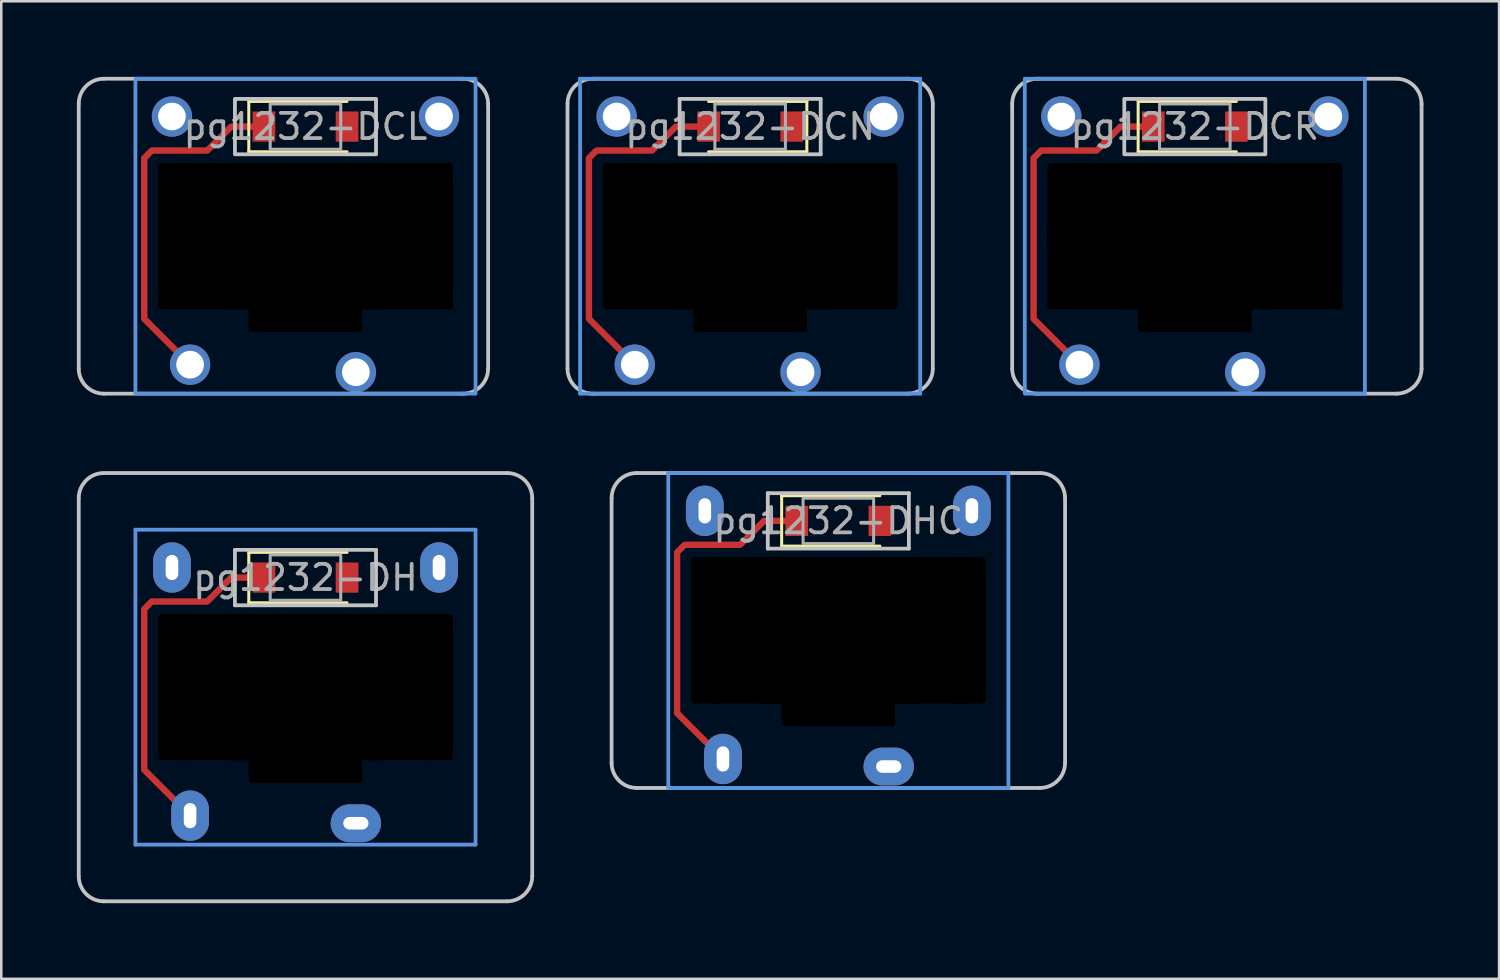
<source format=kicad_pcb>
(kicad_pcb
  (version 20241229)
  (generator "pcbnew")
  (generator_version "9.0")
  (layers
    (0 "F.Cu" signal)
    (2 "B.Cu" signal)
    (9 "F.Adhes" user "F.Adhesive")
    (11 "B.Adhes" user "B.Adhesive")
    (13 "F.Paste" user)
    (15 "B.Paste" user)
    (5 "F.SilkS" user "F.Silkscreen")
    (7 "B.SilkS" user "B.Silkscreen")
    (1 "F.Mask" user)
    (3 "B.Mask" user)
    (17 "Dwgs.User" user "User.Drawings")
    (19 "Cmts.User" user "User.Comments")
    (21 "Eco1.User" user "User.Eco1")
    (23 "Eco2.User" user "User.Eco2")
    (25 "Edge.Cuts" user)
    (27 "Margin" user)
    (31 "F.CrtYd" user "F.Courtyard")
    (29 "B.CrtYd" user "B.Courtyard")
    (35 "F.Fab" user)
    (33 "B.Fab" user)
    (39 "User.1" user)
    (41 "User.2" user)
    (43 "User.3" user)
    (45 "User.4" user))
  (footprint "pg1232-DCL"
    (layer "F.Cu")
    (at 9.075 1.975)
    (property "Reference" "pg1232-DCL" (at 0 0 0) (layer "F.Fab") (effects (font (size 1 1) (thickness 0.15))))
    (attr smd)
    (fp_line (start -2.25 -1) (end -2.25 1) (stroke (width 0.12) (type solid)) (layer "F.SilkS"))
    (fp_line (start -2.25 1) (end 1.65 1) (stroke (width 0.12) (type solid)) (layer "F.SilkS"))
    (fp_line (start 1.65 -1) (end -2.25 -1) (stroke (width 0.12) (type solid)) (layer "F.SilkS"))
    (fp_line (start -9 9.6) (end -9 -0.9) (stroke (width 0.15) (type solid)) (layer "Dwgs.User"))
    (fp_line (start -8 -1.9) (end 6.25 -1.9) (stroke (width 0.15) (type solid)) (layer "Dwgs.User"))
    (fp_line (start 6.25 10.6) (end -8 10.6) (stroke (width 0.15) (type solid)) (layer "Dwgs.User"))
    (fp_line (start 7.25 -0.9) (end 7.25 9.6) (stroke (width 0.15) (type solid)) (layer "Dwgs.User"))
    (fp_rect (start 2.8 1.1) (end -2.8 -1.1) (stroke (width 0.15) (type solid)) (fill no) (layer "Dwgs.User"))
    (fp_arc (start -9 -0.9) (mid -8.707107 -1.607107) (end -8 -1.9) (stroke (width 0.15) (type solid)) (layer "Dwgs.User"))
    (fp_arc (start -8 10.6) (mid -8.707107 10.307107) (end -9 9.6) (stroke (width 0.15) (type solid)) (layer "Dwgs.User"))
    (fp_arc (start 6.25 -1.9) (mid 6.957107 -1.607107) (end 7.25 -0.9) (stroke (width 0.15) (type solid)) (layer "Dwgs.User"))
    (fp_arc (start 7.25 9.6) (mid 6.957107 10.307107) (end 6.25 10.6) (stroke (width 0.15) (type solid)) (layer "Dwgs.User"))
    (fp_rect (start 6.75 10.6) (end -6.75 -1.9) (stroke (width 0.15) (type solid)) (fill no) (layer "Cmts.User"))
    (fp_rect (start 1.4 0.9) (end -1.4 -0.9) (stroke (width 0.12) (type solid)) (fill no) (layer "F.Fab"))
    (pad "" np_thru_hole oval (at -5.7 4.35 90) (size 5.8 0.3) (drill oval 5.8 0.3) (layers "*.Mask"))
    (pad "" np_thru_hole oval (at -4.85 4.35) (size 2 5.8) (drill oval 2 5.8) (layers "*.Mask"))
    (pad "" np_thru_hole oval (at -2.1 7.6 90) (size 1.1 0.3) (drill oval 1.1 0.3) (layers "*.Mask"))
    (pad "" np_thru_hole oval (at 0 1.6) (size 11.7 0.3) (drill oval 11.7 0.3) (layers "*.Mask"))
    (pad "" np_thru_hole oval (at 0 4.35) (size 11.7 5.8) (drill oval 11.7 5.8) (layers "*.Mask"))
    (pad "" np_thru_hole oval (at 0 7.1) (size 11.7 0.3) (drill oval 11.7 0.3) (layers "*.Mask"))
    (pad "" np_thru_hole oval (at 0 7.65) (size 4.5 1) (drill oval 4.5 1) (layers "*.Mask"))
    (pad "" np_thru_hole oval (at 0 8) (size 4.5 0.3) (drill oval 4.5 0.3) (layers "*.Mask"))
    (pad "" np_thru_hole oval (at 2.1 7.6 90) (size 1.1 0.3) (drill oval 1.1 0.3) (layers "*.Mask"))
    (pad "" np_thru_hole oval (at 4.85 4.35) (size 2 5.8) (drill oval 2 5.8) (layers "*.Mask"))
    (pad "" np_thru_hole oval (at 5.7 4.35 90) (size 5.8 0.3) (drill oval 5.8 0.3) (layers "*.Mask"))
    (pad "1" thru_hole circle (at 2 9.75) (size 1.6 1.6) (drill 1.1) (layers "*.Cu" "B.Mask"))
    (pad "2" smd rect (at 1.65 0) (size 0.9 1.2) (layers "F.Cu" "F.Mask" "F.Paste"))
    (pad "3" thru_hole circle (at -4.58 9.45) (size 1.6 1.6) (drill 1.1) (layers "*.Cu" "B.Mask"))
    (pad "3" smd custom (at -1.65 0) (size 0.254 0.254) (layers "F.Cu") (options (anchor circle)) (primitives (gr_line (start 0 0) (end -1.3 0) (width 0.254)) (gr_line (start -1.3 0) (end -2.25 0.95) (width 0.254)) (gr_line (start -2.25 0.95) (end -4.45 0.95) (width 0.254)) (gr_line (start -4.45 0.95) (end -4.75 1.25) (width 0.254)) (gr_line (start -4.75 1.25) (end -4.75 7.63) (width 0.254)) (gr_line (start -4.75 7.63) (end -2.93 9.45) (width 0.254))))
    (pad "3" smd rect (at -1.65 0) (size 0.9 1.2) (layers "F.Cu" "F.Mask" "F.Paste"))
    (pad "4" thru_hole circle (at 5.3 -0.4) (size 1.6 1.6) (drill 1.1) (layers "*.Cu" "B.Mask"))
    (pad "5" thru_hole circle (at -5.3 -0.4) (size 1.6 1.6) (drill 1.1) (layers "*.Cu" "B.Mask")))
  (footprint "pg1232-DH"
    (layer "F.Cu")
    (at 9.075 19.875)
    (property "Reference" "pg1232-DH" (at 0 0 0) (layer "F.Fab") (effects (font (size 1 1) (thickness 0.15))))
    (attr smd)
    (fp_line (start -2.25 -1) (end -2.25 1) (stroke (width 0.12) (type solid)) (layer "F.SilkS"))
    (fp_line (start -2.25 1) (end 1.65 1) (stroke (width 0.12) (type solid)) (layer "F.SilkS"))
    (fp_line (start 1.65 -1) (end -2.25 -1) (stroke (width 0.12) (type solid)) (layer "F.SilkS"))
    (fp_line (start -9 11.85) (end -9 -3.15) (stroke (width 0.15) (type solid)) (layer "Dwgs.User"))
    (fp_line (start -8 -4.15) (end 8 -4.15) (stroke (width 0.15) (type solid)) (layer "Dwgs.User"))
    (fp_line (start -2.8 -1.1) (end -2.8 1.1) (stroke (width 0.15) (type solid)) (layer "Dwgs.User"))
    (fp_line (start -2.8 1.1) (end 2.8 1.1) (stroke (width 0.15) (type solid)) (layer "Dwgs.User"))
    (fp_line (start 2.8 -1.1) (end -2.8 -1.1) (stroke (width 0.15) (type solid)) (layer "Dwgs.User"))
    (fp_line (start 2.8 1.1) (end 2.8 -1.1) (stroke (width 0.15) (type solid)) (layer "Dwgs.User"))
    (fp_line (start 8 12.85) (end -8 12.85) (stroke (width 0.15) (type solid)) (layer "Dwgs.User"))
    (fp_line (start 9 -3.15) (end 9 11.85) (stroke (width 0.15) (type solid)) (layer "Dwgs.User"))
    (fp_arc (start -9 -3.15) (mid -8.707107 -3.857107) (end -8 -4.15) (stroke (width 0.15) (type solid)) (layer "Dwgs.User"))
    (fp_arc (start -8 12.85) (mid -8.707107 12.557107) (end -9 11.85) (stroke (width 0.15) (type solid)) (layer "Dwgs.User"))
    (fp_arc (start 8 -4.15) (mid 8.707107 -3.857107) (end 9 -3.15) (stroke (width 0.15) (type solid)) (layer "Dwgs.User"))
    (fp_arc (start 9 11.85) (mid 8.707107 12.557107) (end 8 12.85) (stroke (width 0.15) (type solid)) (layer "Dwgs.User"))
    (fp_line (start -6.75 -1.9) (end -6.75 10.6) (stroke (width 0.15) (type solid)) (layer "Cmts.User"))
    (fp_line (start -6.75 10.6) (end 6.75 10.6) (stroke (width 0.15) (type solid)) (layer "Cmts.User"))
    (fp_line (start 6.75 -1.9) (end -6.75 -1.9) (stroke (width 0.15) (type solid)) (layer "Cmts.User"))
    (fp_line (start 6.75 10.6) (end 6.75 -1.9) (stroke (width 0.15) (type solid)) (layer "Cmts.User"))
    (fp_rect (start 1.4 0.9) (end -1.4 -0.9) (stroke (width 0.12) (type solid)) (fill no) (layer "F.Fab"))
    (pad "" np_thru_hole oval (at -5.7 4.35 90) (size 5.8 0.3) (drill oval 5.8 0.3) (layers "*.Mask"))
    (pad "" np_thru_hole oval (at -4.85 4.35) (size 2 5.8) (drill oval 2 5.8) (layers "*.Mask"))
    (pad "" np_thru_hole oval (at -2.1 7.6 90) (size 1.1 0.3) (drill oval 1.1 0.3) (layers "*.Mask"))
    (pad "" np_thru_hole oval (at 0 1.6) (size 11.7 0.3) (drill oval 11.7 0.3) (layers "*.Mask"))
    (pad "" np_thru_hole oval (at 0 4.35) (size 11.7 5.8) (drill oval 11.7 5.8) (layers "*.Mask"))
    (pad "" np_thru_hole oval (at 0 7.1) (size 11.7 0.3) (drill oval 11.7 0.3) (layers "*.Mask"))
    (pad "" np_thru_hole oval (at 0 7.65) (size 4.5 1) (drill oval 4.5 1) (layers "*.Mask"))
    (pad "" np_thru_hole oval (at 0 8) (size 4.5 0.3) (drill oval 4.5 0.3) (layers "*.Mask"))
    (pad "" np_thru_hole oval (at 2.1 7.6 90) (size 1.1 0.3) (drill oval 1.1 0.3) (layers "*.Mask"))
    (pad "" np_thru_hole oval (at 4.85 4.35) (size 2 5.8) (drill oval 2 5.8) (layers "*.Mask"))
    (pad "" np_thru_hole oval (at 5.7 4.35 90) (size 5.8 0.3) (drill oval 5.8 0.3) (layers "*.Mask"))
    (pad "1" thru_hole oval (at 2 9.75) (size 2 1.5) (drill oval 1 0.5) (layers "*.Cu" "B.Mask"))
    (pad "2" smd rect (at 1.65 0) (size 0.9 1.2) (layers "F.Cu" "F.Mask" "F.Paste"))
    (pad "3" thru_hole oval (at -4.58 9.45 90) (size 2 1.5) (drill oval 1 0.5) (layers "*.Cu" "B.Mask"))
    (pad "3" smd custom (at -1.65 0) (size 0.254 0.254) (layers "F.Cu") (options (anchor circle)) (primitives (gr_line (start 0 0) (end -1.3 0) (width 0.254)) (gr_line (start -1.3 0) (end -2.25 0.95) (width 0.254)) (gr_line (start -2.25 0.95) (end -4.45 0.95) (width 0.254)) (gr_line (start -4.45 0.95) (end -4.75 1.25) (width 0.254)) (gr_line (start -4.75 1.25) (end -4.75 7.63) (width 0.254)) (gr_line (start -4.75 7.63) (end -2.93 9.45) (width 0.254))))
    (pad "3" smd rect (at -1.65 0) (size 0.9 1.2) (layers "F.Cu" "F.Mask" "F.Paste"))
    (pad "4" thru_hole oval (at 5.3 -0.4 90) (size 2 1.5) (drill oval 1 0.5) (layers "*.Cu" "B.Mask"))
    (pad "5" thru_hole oval (at -5.3 -0.4 90) (size 2 1.5) (drill oval 1 0.5) (layers "*.Cu" "B.Mask")))
  (footprint "pg1232-DHC"
    (layer "F.Cu")
    (at 30.225 17.625)
    (property "Reference" "pg1232-DHC" (at 0 0 0) (layer "F.Fab") (effects (font (size 1 1) (thickness 0.15))))
    (attr smd)
    (fp_line (start -2.25 -1) (end -2.25 1) (stroke (width 0.12) (type solid)) (layer "F.SilkS"))
    (fp_line (start -2.25 1) (end 1.65 1) (stroke (width 0.12) (type solid)) (layer "F.SilkS"))
    (fp_line (start 1.65 -1) (end -2.25 -1) (stroke (width 0.12) (type solid)) (layer "F.SilkS"))
    (fp_line (start -9 9.6) (end -9 -0.9) (stroke (width 0.15) (type solid)) (layer "Dwgs.User"))
    (fp_line (start -8 -1.9) (end 8 -1.9) (stroke (width 0.15) (type solid)) (layer "Dwgs.User"))
    (fp_line (start -2.8 -1.1) (end -2.8 1.1) (stroke (width 0.15) (type solid)) (layer "Dwgs.User"))
    (fp_line (start -2.8 1.1) (end 2.8 1.1) (stroke (width 0.15) (type solid)) (layer "Dwgs.User"))
    (fp_line (start 2.8 -1.1) (end -2.8 -1.1) (stroke (width 0.15) (type solid)) (layer "Dwgs.User"))
    (fp_line (start 2.8 1.1) (end 2.8 -1.1) (stroke (width 0.15) (type solid)) (layer "Dwgs.User"))
    (fp_line (start 8 10.6) (end -8 10.6) (stroke (width 0.15) (type solid)) (layer "Dwgs.User"))
    (fp_line (start 9 -0.9) (end 9 9.6) (stroke (width 0.15) (type solid)) (layer "Dwgs.User"))
    (fp_arc (start -9 -0.9) (mid -8.707107 -1.607107) (end -8 -1.9) (stroke (width 0.15) (type solid)) (layer "Dwgs.User"))
    (fp_arc (start -8 10.6) (mid -8.707107 10.307107) (end -9 9.6) (stroke (width 0.15) (type solid)) (layer "Dwgs.User"))
    (fp_arc (start 8 -1.9) (mid 8.707107 -1.607107) (end 9 -0.9) (stroke (width 0.15) (type solid)) (layer "Dwgs.User"))
    (fp_arc (start 9 9.6) (mid 8.707107 10.307107) (end 8 10.6) (stroke (width 0.15) (type solid)) (layer "Dwgs.User"))
    (fp_line (start -6.75 -1.9) (end -6.75 10.6) (stroke (width 0.15) (type solid)) (layer "Cmts.User"))
    (fp_line (start -6.75 10.6) (end 6.75 10.6) (stroke (width 0.15) (type solid)) (layer "Cmts.User"))
    (fp_line (start 6.75 -1.9) (end -6.75 -1.9) (stroke (width 0.15) (type solid)) (layer "Cmts.User"))
    (fp_line (start 6.75 10.6) (end 6.75 -1.9) (stroke (width 0.15) (type solid)) (layer "Cmts.User"))
    (fp_rect (start 1.4 0.9) (end -1.4 -0.9) (stroke (width 0.12) (type solid)) (fill no) (layer "F.Fab"))
    (pad "" np_thru_hole oval (at -5.7 4.35 90) (size 5.8 0.3) (drill oval 5.8 0.3) (layers "*.Mask"))
    (pad "" np_thru_hole oval (at -4.85 4.35) (size 2 5.8) (drill oval 2 5.8) (layers "*.Mask"))
    (pad "" np_thru_hole oval (at -2.1 7.6 90) (size 1.1 0.3) (drill oval 1.1 0.3) (layers "*.Mask"))
    (pad "" np_thru_hole oval (at 0 1.6) (size 11.7 0.3) (drill oval 11.7 0.3) (layers "*.Mask"))
    (pad "" np_thru_hole oval (at 0 4.35) (size 11.7 5.8) (drill oval 11.7 5.8) (layers "*.Mask"))
    (pad "" np_thru_hole oval (at 0 7.1) (size 11.7 0.3) (drill oval 11.7 0.3) (layers "*.Mask"))
    (pad "" np_thru_hole oval (at 0 7.65) (size 4.5 1) (drill oval 4.5 1) (layers "*.Mask"))
    (pad "" np_thru_hole oval (at 0 8) (size 4.5 0.3) (drill oval 4.5 0.3) (layers "*.Mask"))
    (pad "" np_thru_hole oval (at 2.1 7.6 90) (size 1.1 0.3) (drill oval 1.1 0.3) (layers "*.Mask"))
    (pad "" np_thru_hole oval (at 4.85 4.35) (size 2 5.8) (drill oval 2 5.8) (layers "*.Mask"))
    (pad "" np_thru_hole oval (at 5.7 4.35 90) (size 5.8 0.3) (drill oval 5.8 0.3) (layers "*.Mask"))
    (pad "1" thru_hole oval (at 2 9.75) (size 2 1.5) (drill oval 1 0.5) (layers "*.Cu" "B.Mask"))
    (pad "2" smd rect (at 1.65 0) (size 0.9 1.2) (layers "F.Cu" "F.Mask" "F.Paste"))
    (pad "3" thru_hole oval (at -4.58 9.45 90) (size 2 1.5) (drill oval 1 0.5) (layers "*.Cu" "B.Mask"))
    (pad "3" smd custom (at -1.65 0) (size 0.254 0.254) (layers "F.Cu") (options (anchor circle)) (primitives (gr_line (start 0 0) (end -1.3 0) (width 0.254)) (gr_line (start -1.3 0) (end -2.25 0.95) (width 0.254)) (gr_line (start -2.25 0.95) (end -4.45 0.95) (width 0.254)) (gr_line (start -4.45 0.95) (end -4.75 1.25) (width 0.254)) (gr_line (start -4.75 1.25) (end -4.75 7.63) (width 0.254)) (gr_line (start -4.75 7.63) (end -2.93 9.45) (width 0.254))))
    (pad "3" smd rect (at -1.65 0) (size 0.9 1.2) (layers "F.Cu" "F.Mask" "F.Paste"))
    (pad "4" thru_hole oval (at 5.3 -0.4 90) (size 2 1.5) (drill oval 1 0.5) (layers "*.Cu" "B.Mask"))
    (pad "5" thru_hole oval (at -5.3 -0.4 90) (size 2 1.5) (drill oval 1 0.5) (layers "*.Cu" "B.Mask")))
  (footprint "pg1232-DCR"
    (layer "F.Cu")
    (at 44.375 1.975)
    (property "Reference" "pg1232-DCR" (at 0 0 0) (layer "F.Fab") (effects (font (size 1 1) (thickness 0.15))))
    (attr smd)
    (fp_line (start -2.25 -1) (end -2.25 1) (stroke (width 0.12) (type solid)) (layer "F.SilkS"))
    (fp_line (start -2.25 1) (end 1.65 1) (stroke (width 0.12) (type solid)) (layer "F.SilkS"))
    (fp_line (start 1.65 -1) (end -2.25 -1) (stroke (width 0.12) (type solid)) (layer "F.SilkS"))
    (fp_line (start -7.25 9.6) (end -7.25 -0.9) (stroke (width 0.15) (type solid)) (layer "Dwgs.User"))
    (fp_line (start -6.25 -1.9) (end 8 -1.9) (stroke (width 0.15) (type solid)) (layer "Dwgs.User"))
    (fp_line (start 8 10.6) (end -6.25 10.6) (stroke (width 0.15) (type solid)) (layer "Dwgs.User"))
    (fp_line (start 9 -0.9) (end 9 9.6) (stroke (width 0.15) (type solid)) (layer "Dwgs.User"))
    (fp_rect (start 2.8 1.1) (end -2.8 -1.1) (stroke (width 0.15) (type solid)) (fill no) (layer "Dwgs.User"))
    (fp_arc (start -7.25 -0.9) (mid -6.957107 -1.607107) (end -6.25 -1.9) (stroke (width 0.15) (type solid)) (layer "Dwgs.User"))
    (fp_arc (start -6.25 10.6) (mid -6.957107 10.307107) (end -7.25 9.6) (stroke (width 0.15) (type solid)) (layer "Dwgs.User"))
    (fp_arc (start 8 -1.9) (mid 8.707107 -1.607107) (end 9 -0.9) (stroke (width 0.15) (type solid)) (layer "Dwgs.User"))
    (fp_arc (start 9 9.6) (mid 8.707107 10.307107) (end 8 10.6) (stroke (width 0.15) (type solid)) (layer "Dwgs.User"))
    (fp_rect (start 6.75 10.6) (end -6.75 -1.9) (stroke (width 0.15) (type solid)) (fill no) (layer "Cmts.User"))
    (fp_rect (start 1.4 0.9) (end -1.4 -0.9) (stroke (width 0.12) (type solid)) (fill no) (layer "F.Fab"))
    (pad "" np_thru_hole oval (at -5.7 4.35 90) (size 5.8 0.3) (drill oval 5.8 0.3) (layers "*.Mask"))
    (pad "" np_thru_hole oval (at -4.85 4.35) (size 2 5.8) (drill oval 2 5.8) (layers "*.Mask"))
    (pad "" np_thru_hole oval (at -2.1 7.6 90) (size 1.1 0.3) (drill oval 1.1 0.3) (layers "*.Mask"))
    (pad "" np_thru_hole oval (at 0 1.6) (size 11.7 0.3) (drill oval 11.7 0.3) (layers "*.Mask"))
    (pad "" np_thru_hole oval (at 0 4.35) (size 11.7 5.8) (drill oval 11.7 5.8) (layers "*.Mask"))
    (pad "" np_thru_hole oval (at 0 7.1) (size 11.7 0.3) (drill oval 11.7 0.3) (layers "*.Mask"))
    (pad "" np_thru_hole oval (at 0 7.65) (size 4.5 1) (drill oval 4.5 1) (layers "*.Mask"))
    (pad "" np_thru_hole oval (at 0 8) (size 4.5 0.3) (drill oval 4.5 0.3) (layers "*.Mask"))
    (pad "" np_thru_hole oval (at 2.1 7.6 90) (size 1.1 0.3) (drill oval 1.1 0.3) (layers "*.Mask"))
    (pad "" np_thru_hole oval (at 4.85 4.35) (size 2 5.8) (drill oval 2 5.8) (layers "*.Mask"))
    (pad "" np_thru_hole oval (at 5.7 4.35 90) (size 5.8 0.3) (drill oval 5.8 0.3) (layers "*.Mask"))
    (pad "1" thru_hole circle (at 2 9.75) (size 1.6 1.6) (drill 1.1) (layers "*.Cu" "B.Mask"))
    (pad "2" smd rect (at 1.65 0) (size 0.9 1.2) (layers "F.Cu" "F.Mask" "F.Paste"))
    (pad "3" thru_hole circle (at -4.58 9.45) (size 1.6 1.6) (drill 1.1) (layers "*.Cu" "B.Mask"))
    (pad "3" smd custom (at -1.65 0) (size 0.254 0.254) (layers "F.Cu") (options (anchor circle)) (primitives (gr_line (start 0 0) (end -1.3 0) (width 0.254)) (gr_line (start -1.3 0) (end -2.25 0.95) (width 0.254)) (gr_line (start -2.25 0.95) (end -4.45 0.95) (width 0.254)) (gr_line (start -4.45 0.95) (end -4.75 1.25) (width 0.254)) (gr_line (start -4.75 1.25) (end -4.75 7.63) (width 0.254)) (gr_line (start -4.75 7.63) (end -2.93 9.45) (width 0.254))))
    (pad "3" smd rect (at -1.65 0) (size 0.9 1.2) (layers "F.Cu" "F.Mask" "F.Paste"))
    (pad "4" thru_hole circle (at 5.3 -0.4) (size 1.6 1.6) (drill 1.1) (layers "*.Cu" "B.Mask"))
    (pad "5" thru_hole circle (at -5.3 -0.4) (size 1.6 1.6) (drill 1.1) (layers "*.Cu" "B.Mask")))
  (footprint "pg1232-DCN"
    (layer "F.Cu")
    (at 26.725 1.975)
    (property "Reference" "pg1232-DCN" (at 0 0 0) (layer "F.Fab") (effects (font (size 1 1) (thickness 0.15))))
    (attr smd)
    (fp_line (start 2.25 -1) (end -1.65 -1) (stroke (width 0.12) (type solid)) (layer "F.SilkS"))
    (fp_line (start 2.25 -1) (end 2.25 1) (stroke (width 0.12) (type solid)) (layer "F.SilkS"))
    (fp_line (start 2.25 1) (end -1.65 1) (stroke (width 0.12) (type solid)) (layer "F.SilkS"))
    (fp_line (start -7.25 9.6) (end -7.25 -0.9) (stroke (width 0.15) (type solid)) (layer "Dwgs.User"))
    (fp_line (start -6.25 -1.9) (end 6.25 -1.9) (stroke (width 0.15) (type solid)) (layer "Dwgs.User"))
    (fp_line (start -2.8 -1.1) (end -2.8 1.1) (stroke (width 0.15) (type solid)) (layer "Dwgs.User"))
    (fp_line (start -2.8 1.1) (end 2.8 1.1) (stroke (width 0.15) (type solid)) (layer "Dwgs.User"))
    (fp_line (start 2.8 -1.1) (end -2.8 -1.1) (stroke (width 0.15) (type solid)) (layer "Dwgs.User"))
    (fp_line (start 2.8 1.1) (end 2.8 -1.1) (stroke (width 0.15) (type solid)) (layer "Dwgs.User"))
    (fp_line (start 6.25 10.6) (end -6.25 10.6) (stroke (width 0.15) (type solid)) (layer "Dwgs.User"))
    (fp_line (start 7.25 -0.9) (end 7.25 9.6) (stroke (width 0.15) (type solid)) (layer "Dwgs.User"))
    (fp_arc (start -7.25 -0.9) (mid -6.957107 -1.607107) (end -6.25 -1.9) (stroke (width 0.15) (type solid)) (layer "Dwgs.User"))
    (fp_arc (start -6.25 10.6) (mid -6.957107 10.307107) (end -7.25 9.6) (stroke (width 0.15) (type solid)) (layer "Dwgs.User"))
    (fp_arc (start 6.25 -1.9) (mid 6.957107 -1.607107) (end 7.25 -0.9) (stroke (width 0.15) (type solid)) (layer "Dwgs.User"))
    (fp_arc (start 7.25 9.6) (mid 6.957107 10.307107) (end 6.25 10.6) (stroke (width 0.15) (type solid)) (layer "Dwgs.User"))
    (fp_line (start -6.75 -1.9) (end -6.75 10.6) (stroke (width 0.15) (type solid)) (layer "Cmts.User"))
    (fp_line (start -6.75 10.6) (end 6.75 10.6) (stroke (width 0.15) (type solid)) (layer "Cmts.User"))
    (fp_line (start 6.75 -1.9) (end -6.75 -1.9) (stroke (width 0.15) (type solid)) (layer "Cmts.User"))
    (fp_line (start 6.75 10.6) (end 6.75 -1.9) (stroke (width 0.15) (type solid)) (layer "Cmts.User"))
    (fp_line (start -1.4 -0.9) (end -1.4 0.9) (stroke (width 0.12) (type solid)) (layer "F.Fab"))
    (fp_line (start -1.4 0.9) (end 1.4 0.9) (stroke (width 0.12) (type solid)) (layer "F.Fab"))
    (fp_line (start 1.4 -0.9) (end -1.4 -0.9) (stroke (width 0.12) (type solid)) (layer "F.Fab"))
    (fp_line (start 1.4 0.9) (end 1.4 -0.9) (stroke (width 0.12) (type solid)) (layer "F.Fab"))
    (pad "" np_thru_hole oval (at -5.7 4.35 90) (size 5.8 0.3) (drill oval 5.8 0.3) (layers "*.Mask"))
    (pad "" np_thru_hole oval (at -4.85 4.35) (size 2 5.8) (drill oval 2 5.8) (layers "*.Mask"))
    (pad "" np_thru_hole oval (at -2.1 7.6 90) (size 1.1 0.3) (drill oval 1.1 0.3) (layers "*.Mask"))
    (pad "" np_thru_hole oval (at 0 1.6) (size 11.7 0.3) (drill oval 11.7 0.3) (layers "*.Mask"))
    (pad "" np_thru_hole oval (at 0 4.35) (size 11.7 5.8) (drill oval 11.7 5.8) (layers "*.Mask"))
    (pad "" np_thru_hole oval (at 0 7.1) (size 11.7 0.3) (drill oval 11.7 0.3) (layers "*.Mask"))
    (pad "" np_thru_hole oval (at 0 7.65) (size 4.5 1) (drill oval 4.5 1) (layers "*.Mask"))
    (pad "" np_thru_hole oval (at 0 8) (size 4.5 0.3) (drill oval 4.5 0.3) (layers "*.Mask"))
    (pad "" np_thru_hole oval (at 2.1 7.6 90) (size 1.1 0.3) (drill oval 1.1 0.3) (layers "*.Mask"))
    (pad "" np_thru_hole oval (at 4.85 4.35) (size 2 5.8) (drill oval 2 5.8) (layers "*.Mask"))
    (pad "" np_thru_hole oval (at 5.7 4.35 90) (size 5.8 0.3) (drill oval 5.8 0.3) (layers "*.Mask"))
    (pad "1" thru_hole circle (at 2 9.75) (size 1.6 1.6) (drill 1.1) (layers "*.Cu" "B.Mask"))
    (pad "2" smd rect (at 1.65 0) (size 0.9 1.2) (layers "F.Cu" "F.Mask" "F.Paste"))
    (pad "3" thru_hole circle (at -4.58 9.45) (size 1.6 1.6) (drill 1.1) (layers "*.Cu" "B.Mask"))
    (pad "3" smd custom (at -1.65 0) (size 0.254 0.254) (layers "F.Cu") (options (anchor circle)) (primitives (gr_line (start -4.75 7.63) (end -2.93 9.45) (width 0.254)) (gr_line (start 0 0) (end -1.3 0) (width 0.254)) (gr_line (start -1.3 0) (end -2.25 0.95) (width 0.254)) (gr_line (start -4.75 1.25) (end -4.75 7.63) (width 0.254)) (gr_line (start -2.25 0.95) (end -4.45 0.95) (width 0.254)) (gr_line (start -4.45 0.95) (end -4.75 1.25) (width 0.254))))
    (pad "3" smd rect (at -1.65 0) (size 0.9 1.2) (layers "F.Cu" "F.Mask" "F.Paste"))
    (pad "4" thru_hole circle (at -5.3 -0.4) (size 1.6 1.6) (drill 1.1) (layers "*.Cu" "B.Mask"))
    (pad "5" thru_hole circle (at 5.3 -0.4) (size 1.6 1.6) (drill 1.1) (layers "*.Cu" "B.Mask")))
  (gr_rect
    (start -3 -3)
    (end 56.45 35.8)
    (stroke (width 0.1) (type default))
    (fill no)
    (layer "Edge.Cuts")))
</source>
